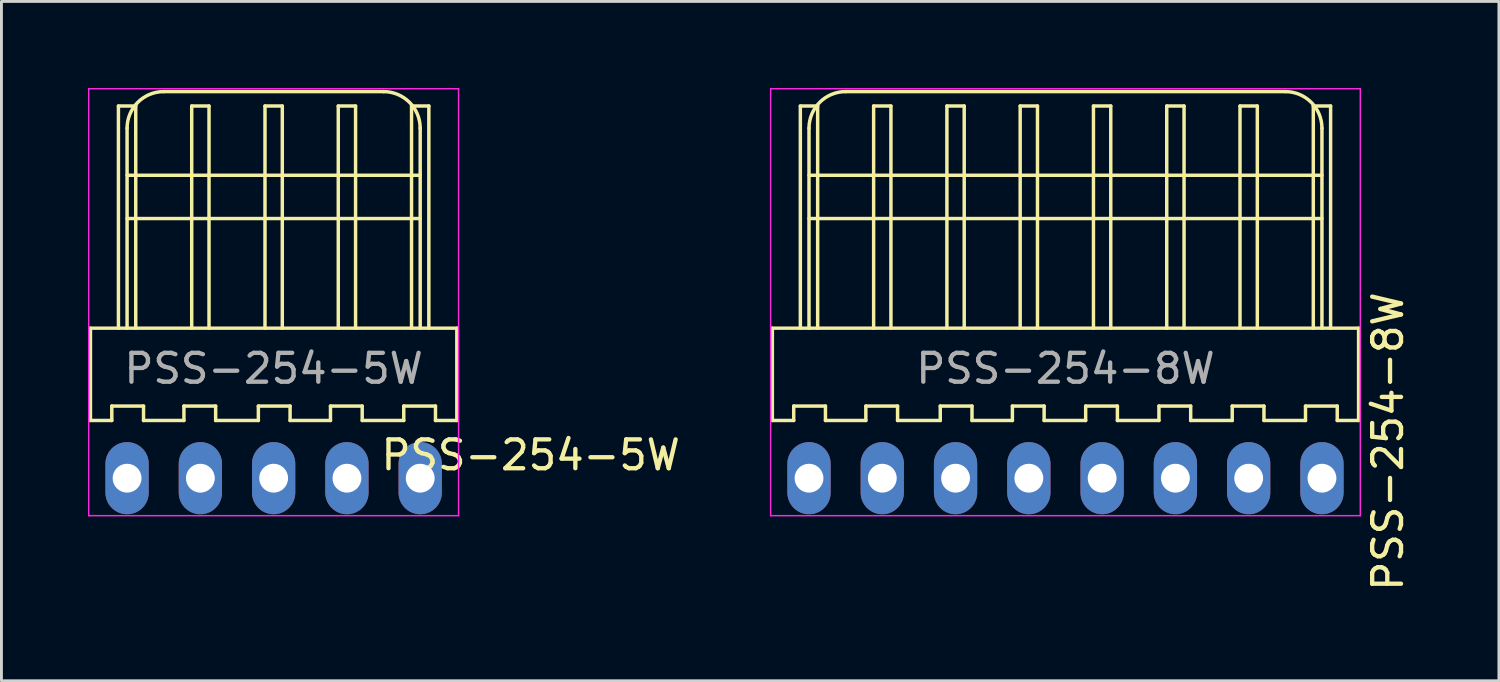
<source format=kicad_pcb>
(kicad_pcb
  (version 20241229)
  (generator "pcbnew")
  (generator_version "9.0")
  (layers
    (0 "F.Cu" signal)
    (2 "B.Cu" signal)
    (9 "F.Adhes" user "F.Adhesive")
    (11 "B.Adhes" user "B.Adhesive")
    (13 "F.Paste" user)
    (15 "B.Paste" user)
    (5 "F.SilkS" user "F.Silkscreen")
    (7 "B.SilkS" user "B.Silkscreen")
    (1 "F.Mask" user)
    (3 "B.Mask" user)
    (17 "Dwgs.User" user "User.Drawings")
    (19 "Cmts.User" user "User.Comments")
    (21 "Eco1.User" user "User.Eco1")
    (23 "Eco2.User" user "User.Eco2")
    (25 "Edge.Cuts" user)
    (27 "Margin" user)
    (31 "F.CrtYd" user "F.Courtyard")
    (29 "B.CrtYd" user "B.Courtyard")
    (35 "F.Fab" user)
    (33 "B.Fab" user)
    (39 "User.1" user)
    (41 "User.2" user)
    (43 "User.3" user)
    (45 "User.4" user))
  (footprint "PSS-254-8W"
    (layer "F.Cu")
    (at 33.882 13.525)
    (property "Reference" "PSS-254-8W" (at 11.176 -1.27 90) (unlocked yes) (layer "F.SilkS") (effects (font (size 1 1) (thickness 0.15))))
    (attr smd)
    (fp_line (start -10.16 -5.2) (end 10.16 -5.2) (stroke (width 0.12) (type solid)) (layer "F.SilkS"))
    (fp_line (start -10.16 -2) (end -10.16 -5.2) (stroke (width 0.12) (type solid)) (layer "F.SilkS"))
    (fp_line (start -9.42 -2.5) (end -9.42 -2) (stroke (width 0.12) (type solid)) (layer "F.SilkS"))
    (fp_line (start -9.42 -2) (end -10.16 -2) (stroke (width 0.12) (type solid)) (layer "F.SilkS"))
    (fp_line (start -9.19 -12.9) (end -8.59 -12.9) (stroke (width 0.12) (type solid)) (layer "F.SilkS"))
    (fp_line (start -9.19 -5.2) (end -9.19 -12.9) (stroke (width 0.12) (type solid)) (layer "F.SilkS"))
    (fp_line (start -8.89 -10.5) (end 8.89 -10.5) (stroke (width 0.12) (type solid)) (layer "F.SilkS"))
    (fp_line (start -8.89 -9) (end 8.89 -9) (stroke (width 0.12) (type solid)) (layer "F.SilkS"))
    (fp_line (start -8.89 -5.2) (end -8.89 -12.13) (stroke (width 0.12) (type solid)) (layer "F.SilkS"))
    (fp_line (start -8.59 -12.9) (end -8.59 -5.2) (stroke (width 0.12) (type solid)) (layer "F.SilkS"))
    (fp_line (start -8.32 -2.5) (end -9.42 -2.5) (stroke (width 0.12) (type solid)) (layer "F.SilkS"))
    (fp_line (start -8.32 -2) (end -8.32 -2.5) (stroke (width 0.12) (type solid)) (layer "F.SilkS"))
    (fp_line (start -8.32 -2) (end -6.92 -2) (stroke (width 0.12) (type solid)) (layer "F.SilkS"))
    (fp_line (start -7.62 -13.4) (end 7.62 -13.4) (stroke (width 0.12) (type solid)) (layer "F.SilkS"))
    (fp_line (start -6.92 -2.5) (end -5.82 -2.5) (stroke (width 0.12) (type solid)) (layer "F.SilkS"))
    (fp_line (start -6.92 -2) (end -6.92 -2.5) (stroke (width 0.12) (type solid)) (layer "F.SilkS"))
    (fp_line (start -6.65 -12.9) (end -6.05 -12.9) (stroke (width 0.12) (type solid)) (layer "F.SilkS"))
    (fp_line (start -6.65 -5.2) (end -6.65 -12.9) (stroke (width 0.12) (type solid)) (layer "F.SilkS"))
    (fp_line (start -6.05 -12.9) (end -6.05 -5.2) (stroke (width 0.12) (type solid)) (layer "F.SilkS"))
    (fp_line (start -5.82 -2.5) (end -5.82 -2) (stroke (width 0.12) (type solid)) (layer "F.SilkS"))
    (fp_line (start -4.34 -2.5) (end -4.34 -2) (stroke (width 0.12) (type solid)) (layer "F.SilkS"))
    (fp_line (start -4.34 -2) (end -5.82 -2) (stroke (width 0.12) (type solid)) (layer "F.SilkS"))
    (fp_line (start -4.11 -12.9) (end -3.51 -12.9) (stroke (width 0.12) (type solid)) (layer "F.SilkS"))
    (fp_line (start -4.11 -5.2) (end -4.11 -12.9) (stroke (width 0.12) (type solid)) (layer "F.SilkS"))
    (fp_line (start -3.51 -12.9) (end -3.51 -5.2) (stroke (width 0.12) (type solid)) (layer "F.SilkS"))
    (fp_line (start -3.24 -2.5) (end -4.34 -2.5) (stroke (width 0.12) (type solid)) (layer "F.SilkS"))
    (fp_line (start -3.24 -2) (end -3.24 -2.5) (stroke (width 0.12) (type solid)) (layer "F.SilkS"))
    (fp_line (start -3.24 -2) (end -1.84 -2) (stroke (width 0.12) (type solid)) (layer "F.SilkS"))
    (fp_line (start -1.84 -2.5) (end -0.74 -2.5) (stroke (width 0.12) (type solid)) (layer "F.SilkS"))
    (fp_line (start -1.84 -2) (end -1.84 -2.5) (stroke (width 0.12) (type solid)) (layer "F.SilkS"))
    (fp_line (start -1.57 -12.9) (end -0.97 -12.9) (stroke (width 0.12) (type solid)) (layer "F.SilkS"))
    (fp_line (start -1.57 -5.2) (end -1.57 -12.9) (stroke (width 0.12) (type solid)) (layer "F.SilkS"))
    (fp_line (start -0.97 -12.9) (end -0.97 -5.2) (stroke (width 0.12) (type solid)) (layer "F.SilkS"))
    (fp_line (start -0.74 -2.5) (end -0.74 -2) (stroke (width 0.12) (type solid)) (layer "F.SilkS"))
    (fp_line (start 0.7 -2.5) (end 1.8 -2.5) (stroke (width 0.12) (type solid)) (layer "F.SilkS"))
    (fp_line (start 0.7 -2) (end -0.74 -2) (stroke (width 0.12) (type solid)) (layer "F.SilkS"))
    (fp_line (start 0.7 -2) (end 0.7 -2.5) (stroke (width 0.12) (type solid)) (layer "F.SilkS"))
    (fp_line (start 0.97 -12.9) (end 1.57 -12.9) (stroke (width 0.12) (type solid)) (layer "F.SilkS"))
    (fp_line (start 0.97 -5.2) (end 0.97 -12.9) (stroke (width 0.12) (type solid)) (layer "F.SilkS"))
    (fp_line (start 1.57 -12.9) (end 1.57 -5.2) (stroke (width 0.12) (type solid)) (layer "F.SilkS"))
    (fp_line (start 1.8 -2.5) (end 1.8 -2) (stroke (width 0.12) (type solid)) (layer "F.SilkS"))
    (fp_line (start 3.24 -2.5) (end 4.34 -2.5) (stroke (width 0.12) (type solid)) (layer "F.SilkS"))
    (fp_line (start 3.24 -2) (end 1.8 -2) (stroke (width 0.12) (type solid)) (layer "F.SilkS"))
    (fp_line (start 3.24 -2) (end 3.24 -2.5) (stroke (width 0.12) (type solid)) (layer "F.SilkS"))
    (fp_line (start 3.51 -12.9) (end 4.11 -12.9) (stroke (width 0.12) (type solid)) (layer "F.SilkS"))
    (fp_line (start 3.51 -5.2) (end 3.51 -12.9) (stroke (width 0.12) (type solid)) (layer "F.SilkS"))
    (fp_line (start 4.11 -12.9) (end 4.11 -5.2) (stroke (width 0.12) (type solid)) (layer "F.SilkS"))
    (fp_line (start 4.34 -2.5) (end 4.34 -2) (stroke (width 0.12) (type solid)) (layer "F.SilkS"))
    (fp_line (start 5.78 -2.5) (end 6.88 -2.5) (stroke (width 0.12) (type solid)) (layer "F.SilkS"))
    (fp_line (start 5.78 -2) (end 4.34 -2) (stroke (width 0.12) (type solid)) (layer "F.SilkS"))
    (fp_line (start 5.78 -2) (end 5.78 -2.5) (stroke (width 0.12) (type solid)) (layer "F.SilkS"))
    (fp_line (start 6.05 -12.9) (end 6.65 -12.9) (stroke (width 0.12) (type solid)) (layer "F.SilkS"))
    (fp_line (start 6.05 -5.2) (end 6.05 -12.9) (stroke (width 0.12) (type solid)) (layer "F.SilkS"))
    (fp_line (start 6.65 -12.9) (end 6.65 -5.2) (stroke (width 0.12) (type solid)) (layer "F.SilkS"))
    (fp_line (start 6.88 -2.5) (end 6.88 -2) (stroke (width 0.12) (type solid)) (layer "F.SilkS"))
    (fp_line (start 8.32 -2.5) (end 9.42 -2.5) (stroke (width 0.12) (type solid)) (layer "F.SilkS"))
    (fp_line (start 8.32 -2) (end 6.88 -2) (stroke (width 0.12) (type solid)) (layer "F.SilkS"))
    (fp_line (start 8.32 -2) (end 8.32 -2.5) (stroke (width 0.12) (type solid)) (layer "F.SilkS"))
    (fp_line (start 8.59 -12.9) (end 9.19 -12.9) (stroke (width 0.12) (type solid)) (layer "F.SilkS"))
    (fp_line (start 8.59 -5.2) (end 8.59 -12.9) (stroke (width 0.12) (type solid)) (layer "F.SilkS"))
    (fp_line (start 8.89 -5.2) (end 8.89 -12.13) (stroke (width 0.12) (type solid)) (layer "F.SilkS"))
    (fp_line (start 9.19 -12.9) (end 9.19 -5.2) (stroke (width 0.12) (type solid)) (layer "F.SilkS"))
    (fp_line (start 9.42 -2.5) (end 9.42 -2) (stroke (width 0.12) (type solid)) (layer "F.SilkS"))
    (fp_line (start 10.16 -5.2) (end 10.16 -2) (stroke (width 0.12) (type solid)) (layer "F.SilkS"))
    (fp_line (start 10.16 -2) (end 9.42 -2) (stroke (width 0.12) (type solid)) (layer "F.SilkS"))
    (fp_arc (start -8.89 -12.13) (mid -8.518026 -13.028026) (end -7.62 -13.4) (stroke (width 0.12) (type solid)) (layer "F.SilkS"))
    (fp_arc (start 7.62 -13.4) (mid 8.518026 -13.028026) (end 8.89 -12.13) (stroke (width 0.12) (type solid)) (layer "F.SilkS"))
    (fp_line (start -10.22 -13.5) (end 10.22 -13.5) (stroke (width 0.05) (type solid)) (layer "F.CrtYd"))
    (fp_line (start -10.22 1.3) (end -10.22 -13.5) (stroke (width 0.05) (type solid)) (layer "F.CrtYd"))
    (fp_line (start 10.22 -13.5) (end 10.22 1.3) (stroke (width 0.05) (type solid)) (layer "F.CrtYd"))
    (fp_line (start 10.22 1.3) (end -10.22 1.3) (stroke (width 0.05) (type solid)) (layer "F.CrtYd"))
    (fp_text user "${REFERENCE}" (at 0 -3.8 0) (unlocked yes) (layer "F.Fab") (effects (font (size 1 1) (thickness 0.15))))
    (pad "1" thru_hole oval (at -8.89 0 90) (size 2.5 1.5) (drill 1) (layers "*.Cu" "*.Mask"))
    (pad "2" thru_hole oval (at -6.35 0 90) (size 2.5 1.5) (drill 1) (layers "*.Cu" "*.Mask"))
    (pad "3" thru_hole oval (at -3.81 0 90) (size 2.5 1.5) (drill 1) (layers "*.Cu" "*.Mask"))
    (pad "4" thru_hole oval (at -1.27 0 90) (size 2.5 1.5) (drill 1) (layers "*.Cu" "*.Mask"))
    (pad "5" thru_hole oval (at 1.27 0 90) (size 2.5 1.5) (drill 1) (layers "*.Cu" "*.Mask"))
    (pad "6" thru_hole oval (at 3.81 0 90) (size 2.5 1.5) (drill 1) (layers "*.Cu" "*.Mask"))
    (pad "7" thru_hole oval (at 6.35 0 90) (size 2.5 1.5) (drill 1) (layers "*.Cu" "*.Mask"))
    (pad "8" thru_hole oval (at 8.89 0 90) (size 2.5 1.5) (drill 1) (layers "*.Cu" "*.Mask")))
  (footprint "PSS-254-5W"
    (layer "F.Cu")
    (at 6.435 13.525)
    (property "Reference" "PSS-254-5W" (at 8.91 -0.8 0) (unlocked yes) (layer "F.SilkS") (effects (font (size 1 1) (thickness 0.15))))
    (attr smd)
    (fp_line (start -6.35 -5.2) (end 6.35 -5.2) (stroke (width 0.12) (type solid)) (layer "F.SilkS"))
    (fp_line (start -6.35 -2) (end -6.35 -5.2) (stroke (width 0.12) (type solid)) (layer "F.SilkS"))
    (fp_line (start -5.61 -2.5) (end -5.61 -2) (stroke (width 0.12) (type solid)) (layer "F.SilkS"))
    (fp_line (start -5.61 -2) (end -6.35 -2) (stroke (width 0.12) (type solid)) (layer "F.SilkS"))
    (fp_line (start -5.38 -12.9) (end -4.78 -12.9) (stroke (width 0.12) (type solid)) (layer "F.SilkS"))
    (fp_line (start -5.38 -5.2) (end -5.38 -12.9) (stroke (width 0.12) (type solid)) (layer "F.SilkS"))
    (fp_line (start -5.08 -10.5) (end 5.08 -10.5) (stroke (width 0.12) (type solid)) (layer "F.SilkS"))
    (fp_line (start -5.08 -9) (end 5.08 -9) (stroke (width 0.12) (type solid)) (layer "F.SilkS"))
    (fp_line (start -5.08 -5.2) (end -5.08 -12.13) (stroke (width 0.12) (type solid)) (layer "F.SilkS"))
    (fp_line (start -4.78 -12.9) (end -4.78 -5.2) (stroke (width 0.12) (type solid)) (layer "F.SilkS"))
    (fp_line (start -4.51 -2.5) (end -5.61 -2.5) (stroke (width 0.12) (type solid)) (layer "F.SilkS"))
    (fp_line (start -4.51 -2) (end -4.51 -2.5) (stroke (width 0.12) (type solid)) (layer "F.SilkS"))
    (fp_line (start -4.51 -2) (end -3.11 -2) (stroke (width 0.12) (type solid)) (layer "F.SilkS"))
    (fp_line (start -3.81 -13.4) (end 3.81 -13.4) (stroke (width 0.12) (type solid)) (layer "F.SilkS"))
    (fp_line (start -3.11 -2.5) (end -2.01 -2.5) (stroke (width 0.12) (type solid)) (layer "F.SilkS"))
    (fp_line (start -3.11 -2) (end -3.11 -2.5) (stroke (width 0.12) (type solid)) (layer "F.SilkS"))
    (fp_line (start -2.84 -12.9) (end -2.24 -12.9) (stroke (width 0.12) (type solid)) (layer "F.SilkS"))
    (fp_line (start -2.84 -5.2) (end -2.84 -12.9) (stroke (width 0.12) (type solid)) (layer "F.SilkS"))
    (fp_line (start -2.24 -12.9) (end -2.24 -5.2) (stroke (width 0.12) (type solid)) (layer "F.SilkS"))
    (fp_line (start -2.01 -2.5) (end -2.01 -2) (stroke (width 0.12) (type solid)) (layer "F.SilkS"))
    (fp_line (start -0.53 -2.5) (end -0.53 -2) (stroke (width 0.12) (type solid)) (layer "F.SilkS"))
    (fp_line (start -0.53 -2) (end -2.01 -2) (stroke (width 0.12) (type solid)) (layer "F.SilkS"))
    (fp_line (start -0.3 -12.9) (end 0.3 -12.9) (stroke (width 0.12) (type solid)) (layer "F.SilkS"))
    (fp_line (start -0.3 -5.2) (end -0.3 -12.9) (stroke (width 0.12) (type solid)) (layer "F.SilkS"))
    (fp_line (start 0.3 -12.9) (end 0.3 -5.2) (stroke (width 0.12) (type solid)) (layer "F.SilkS"))
    (fp_line (start 0.57 -2.5) (end -0.53 -2.5) (stroke (width 0.12) (type solid)) (layer "F.SilkS"))
    (fp_line (start 0.57 -2) (end 0.57 -2.5) (stroke (width 0.12) (type solid)) (layer "F.SilkS"))
    (fp_line (start 0.57 -2) (end 1.97 -2) (stroke (width 0.12) (type solid)) (layer "F.SilkS"))
    (fp_line (start 1.97 -2.5) (end 3.07 -2.5) (stroke (width 0.12) (type solid)) (layer "F.SilkS"))
    (fp_line (start 1.97 -2) (end 1.97 -2.5) (stroke (width 0.12) (type solid)) (layer "F.SilkS"))
    (fp_line (start 2.24 -12.9) (end 2.84 -12.9) (stroke (width 0.12) (type solid)) (layer "F.SilkS"))
    (fp_line (start 2.24 -5.2) (end 2.24 -12.9) (stroke (width 0.12) (type solid)) (layer "F.SilkS"))
    (fp_line (start 2.84 -12.9) (end 2.84 -5.2) (stroke (width 0.12) (type solid)) (layer "F.SilkS"))
    (fp_line (start 3.07 -2.5) (end 3.07 -2) (stroke (width 0.12) (type solid)) (layer "F.SilkS"))
    (fp_line (start 4.51 -2.5) (end 5.61 -2.5) (stroke (width 0.12) (type solid)) (layer "F.SilkS"))
    (fp_line (start 4.51 -2) (end 3.07 -2) (stroke (width 0.12) (type solid)) (layer "F.SilkS"))
    (fp_line (start 4.51 -2) (end 4.51 -2.5) (stroke (width 0.12) (type solid)) (layer "F.SilkS"))
    (fp_line (start 4.78 -12.9) (end 5.38 -12.9) (stroke (width 0.12) (type solid)) (layer "F.SilkS"))
    (fp_line (start 4.78 -5.2) (end 4.78 -12.9) (stroke (width 0.12) (type solid)) (layer "F.SilkS"))
    (fp_line (start 5.08 -5.2) (end 5.08 -12.13) (stroke (width 0.12) (type solid)) (layer "F.SilkS"))
    (fp_line (start 5.38 -12.9) (end 5.38 -5.2) (stroke (width 0.12) (type solid)) (layer "F.SilkS"))
    (fp_line (start 5.61 -2.5) (end 5.61 -2) (stroke (width 0.12) (type solid)) (layer "F.SilkS"))
    (fp_line (start 6.35 -5.2) (end 6.35 -2) (stroke (width 0.12) (type solid)) (layer "F.SilkS"))
    (fp_line (start 6.35 -2) (end 5.61 -2) (stroke (width 0.12) (type solid)) (layer "F.SilkS"))
    (fp_arc (start -5.08 -12.13) (mid -4.708026 -13.028026) (end -3.81 -13.4) (stroke (width 0.12) (type solid)) (layer "F.SilkS"))
    (fp_arc (start 3.81 -13.4) (mid 4.708026 -13.028026) (end 5.08 -12.13) (stroke (width 0.12) (type solid)) (layer "F.SilkS"))
    (fp_line (start -6.41 -13.5) (end 6.41 -13.5) (stroke (width 0.05) (type solid)) (layer "F.CrtYd"))
    (fp_line (start -6.41 1.3) (end -6.41 -13.5) (stroke (width 0.05) (type solid)) (layer "F.CrtYd"))
    (fp_line (start 6.41 -13.5) (end 6.41 1.3) (stroke (width 0.05) (type solid)) (layer "F.CrtYd"))
    (fp_line (start 6.41 1.3) (end -6.41 1.3) (stroke (width 0.05) (type solid)) (layer "F.CrtYd"))
    (fp_text user "${REFERENCE}" (at 0 -3.8 0) (unlocked yes) (layer "F.Fab") (effects (font (size 1 1) (thickness 0.15))))
    (pad "1" thru_hole oval (at -5.08 0 90) (size 2.5 1.5) (drill 1) (layers "*.Cu" "*.Mask"))
    (pad "2" thru_hole oval (at -2.54 0 90) (size 2.5 1.5) (drill 1) (layers "*.Cu" "*.Mask"))
    (pad "3" thru_hole oval (at 0 0 90) (size 2.5 1.5) (drill 1) (layers "*.Cu" "*.Mask"))
    (pad "4" thru_hole oval (at 2.54 0 90) (size 2.5 1.5) (drill 1) (layers "*.Cu" "*.Mask"))
    (pad "5" thru_hole oval (at 5.08 0 90) (size 2.5 1.5) (drill 1) (layers "*.Cu" "*.Mask")))
  (gr_rect
    (start -3 -3)
    (end 48.906 20.547)
    (stroke (width 0.1) (type default))
    (fill no)
    (layer "Edge.Cuts")))
</source>
